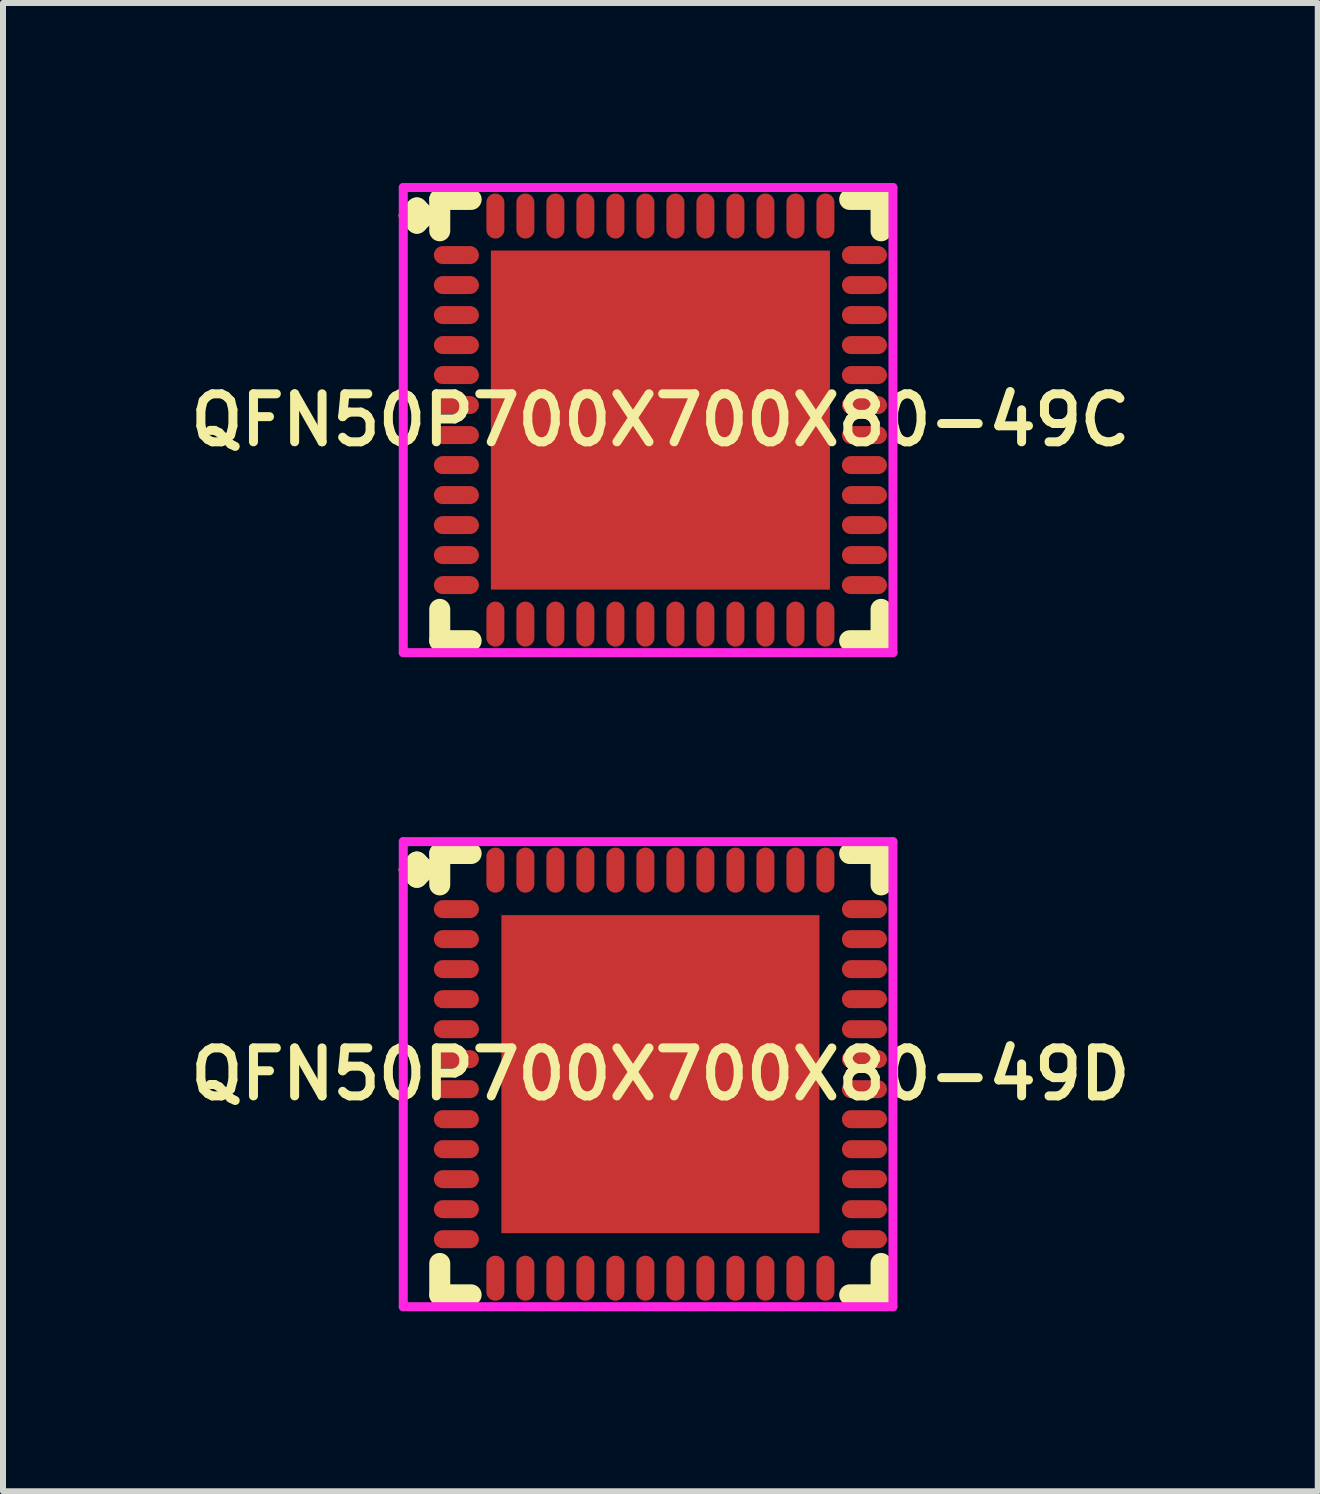
<source format=kicad_pcb>
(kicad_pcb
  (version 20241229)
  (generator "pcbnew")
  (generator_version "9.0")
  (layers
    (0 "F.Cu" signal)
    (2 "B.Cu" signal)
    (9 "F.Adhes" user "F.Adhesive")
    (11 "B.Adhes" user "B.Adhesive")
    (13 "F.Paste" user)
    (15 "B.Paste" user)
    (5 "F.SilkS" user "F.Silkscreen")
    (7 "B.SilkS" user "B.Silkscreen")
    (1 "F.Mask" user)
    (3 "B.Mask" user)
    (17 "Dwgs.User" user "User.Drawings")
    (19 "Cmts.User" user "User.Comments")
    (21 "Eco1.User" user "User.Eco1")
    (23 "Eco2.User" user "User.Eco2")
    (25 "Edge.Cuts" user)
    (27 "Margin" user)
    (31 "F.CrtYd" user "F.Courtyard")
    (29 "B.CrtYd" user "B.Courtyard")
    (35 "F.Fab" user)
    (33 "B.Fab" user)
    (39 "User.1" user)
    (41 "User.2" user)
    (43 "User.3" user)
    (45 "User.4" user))
  (footprint "QFN50P700X700X80-49D"
    (layer "F.Cu")
    (at 7.955 14.85)
    (property "Reference" "QFN50P700X700X80-49D" (at 0 0 0) (layer "F.SilkS") (effects (font (size 0.8 0.8) (thickness 0.15))))
    (attr smd)
    (fp_line (start -4.185 -3.408) (end -4.058 -3.535) (stroke (width 0.35) (type solid)) (layer "F.SilkS"))
    (fp_line (start -4.058 -3.535) (end -3.931 -3.408) (stroke (width 0.35) (type solid)) (layer "F.SilkS"))
    (fp_line (start -4.058 -3.281) (end -4.185 -3.408) (stroke (width 0.35) (type solid)) (layer "F.SilkS"))
    (fp_line (start -3.931 -3.408) (end -4.058 -3.281) (stroke (width 0.35) (type solid)) (layer "F.SilkS"))
    (fp_line (start -3.677 -3.677) (end -3.154 -3.677) (stroke (width 0.35) (type solid)) (layer "F.SilkS"))
    (fp_line (start -3.677 -3.154) (end -3.677 -3.677) (stroke (width 0.35) (type solid)) (layer "F.SilkS"))
    (fp_line (start -3.677 3.154) (end -3.677 3.677) (stroke (width 0.35) (type solid)) (layer "F.SilkS"))
    (fp_line (start -3.677 3.677) (end -3.154 3.677) (stroke (width 0.35) (type solid)) (layer "F.SilkS"))
    (fp_line (start 3.154 -3.677) (end 3.677 -3.677) (stroke (width 0.35) (type solid)) (layer "F.SilkS"))
    (fp_line (start 3.154 3.677) (end 3.677 3.677) (stroke (width 0.35) (type solid)) (layer "F.SilkS"))
    (fp_line (start 3.677 -3.677) (end 3.677 -3.154) (stroke (width 0.35) (type solid)) (layer "F.SilkS"))
    (fp_line (start 3.677 3.677) (end 3.677 3.154) (stroke (width 0.35) (type solid)) (layer "F.SilkS"))
    (fp_line (start -4.285 -3.875) (end 3.875 -3.875) (stroke (width 0.15) (type solid)) (layer "F.CrtYd"))
    (fp_line (start -4.285 3.875) (end -4.285 -3.875) (stroke (width 0.15) (type solid)) (layer "F.CrtYd"))
    (fp_line (start 3.875 -3.875) (end 3.875 3.875) (stroke (width 0.15) (type solid)) (layer "F.CrtYd"))
    (fp_line (start 3.875 3.875) (end -4.285 3.875) (stroke (width 0.15) (type solid)) (layer "F.CrtYd"))
    (pad "1" smd oval (at -3.4 -2.75) (size 0.75 0.3) (layers "F.Cu" "F.Mask" "F.Paste"))
    (pad "2" smd oval (at -3.4 -2.25) (size 0.75 0.3) (layers "F.Cu" "F.Mask" "F.Paste"))
    (pad "3" smd oval (at -3.4 -1.75) (size 0.75 0.3) (layers "F.Cu" "F.Mask" "F.Paste"))
    (pad "4" smd oval (at -3.4 -1.25) (size 0.75 0.3) (layers "F.Cu" "F.Mask" "F.Paste"))
    (pad "5" smd oval (at -3.4 -0.75) (size 0.75 0.3) (layers "F.Cu" "F.Mask" "F.Paste"))
    (pad "6" smd oval (at -3.4 -0.25) (size 0.75 0.3) (layers "F.Cu" "F.Mask" "F.Paste"))
    (pad "7" smd oval (at -3.4 0.25) (size 0.75 0.3) (layers "F.Cu" "F.Mask" "F.Paste"))
    (pad "8" smd oval (at -3.4 0.75) (size 0.75 0.3) (layers "F.Cu" "F.Mask" "F.Paste"))
    (pad "9" smd oval (at -3.4 1.25) (size 0.75 0.3) (layers "F.Cu" "F.Mask" "F.Paste"))
    (pad "10" smd oval (at -3.4 1.75) (size 0.75 0.3) (layers "F.Cu" "F.Mask" "F.Paste"))
    (pad "11" smd oval (at -3.4 2.25) (size 0.75 0.3) (layers "F.Cu" "F.Mask" "F.Paste"))
    (pad "12" smd oval (at -3.4 2.75) (size 0.75 0.3) (layers "F.Cu" "F.Mask" "F.Paste"))
    (pad "13" smd oval (at -2.75 3.4) (size 0.3 0.75) (layers "F.Cu" "F.Mask" "F.Paste"))
    (pad "14" smd oval (at -2.25 3.4) (size 0.3 0.75) (layers "F.Cu" "F.Mask" "F.Paste"))
    (pad "15" smd oval (at -1.75 3.4) (size 0.3 0.75) (layers "F.Cu" "F.Mask" "F.Paste"))
    (pad "16" smd oval (at -1.25 3.4) (size 0.3 0.75) (layers "F.Cu" "F.Mask" "F.Paste"))
    (pad "17" smd oval (at -0.75 3.4) (size 0.3 0.75) (layers "F.Cu" "F.Mask" "F.Paste"))
    (pad "18" smd oval (at -0.25 3.4) (size 0.3 0.75) (layers "F.Cu" "F.Mask" "F.Paste"))
    (pad "19" smd oval (at 0.25 3.4) (size 0.3 0.75) (layers "F.Cu" "F.Mask" "F.Paste"))
    (pad "20" smd oval (at 0.75 3.4) (size 0.3 0.75) (layers "F.Cu" "F.Mask" "F.Paste"))
    (pad "21" smd oval (at 1.25 3.4) (size 0.3 0.75) (layers "F.Cu" "F.Mask" "F.Paste"))
    (pad "22" smd oval (at 1.75 3.4) (size 0.3 0.75) (layers "F.Cu" "F.Mask" "F.Paste"))
    (pad "23" smd oval (at 2.25 3.4) (size 0.3 0.75) (layers "F.Cu" "F.Mask" "F.Paste"))
    (pad "24" smd oval (at 2.75 3.4) (size 0.3 0.75) (layers "F.Cu" "F.Mask" "F.Paste"))
    (pad "25" smd oval (at 3.4 2.75) (size 0.75 0.3) (layers "F.Cu" "F.Mask" "F.Paste"))
    (pad "26" smd oval (at 3.4 2.25) (size 0.75 0.3) (layers "F.Cu" "F.Mask" "F.Paste"))
    (pad "27" smd oval (at 3.4 1.75) (size 0.75 0.3) (layers "F.Cu" "F.Mask" "F.Paste"))
    (pad "28" smd oval (at 3.4 1.25) (size 0.75 0.3) (layers "F.Cu" "F.Mask" "F.Paste"))
    (pad "29" smd oval (at 3.4 0.75) (size 0.75 0.3) (layers "F.Cu" "F.Mask" "F.Paste"))
    (pad "30" smd oval (at 3.4 0.25) (size 0.75 0.3) (layers "F.Cu" "F.Mask" "F.Paste"))
    (pad "31" smd oval (at 3.4 -0.25) (size 0.75 0.3) (layers "F.Cu" "F.Mask" "F.Paste"))
    (pad "32" smd oval (at 3.4 -0.75) (size 0.75 0.3) (layers "F.Cu" "F.Mask" "F.Paste"))
    (pad "33" smd oval (at 3.4 -1.25) (size 0.75 0.3) (layers "F.Cu" "F.Mask" "F.Paste"))
    (pad "34" smd oval (at 3.4 -1.75) (size 0.75 0.3) (layers "F.Cu" "F.Mask" "F.Paste"))
    (pad "35" smd oval (at 3.4 -2.25) (size 0.75 0.3) (layers "F.Cu" "F.Mask" "F.Paste"))
    (pad "36" smd oval (at 3.4 -2.75) (size 0.75 0.3) (layers "F.Cu" "F.Mask" "F.Paste"))
    (pad "37" smd oval (at 2.75 -3.4) (size 0.3 0.75) (layers "F.Cu" "F.Mask" "F.Paste"))
    (pad "38" smd oval (at 2.25 -3.4) (size 0.3 0.75) (layers "F.Cu" "F.Mask" "F.Paste"))
    (pad "39" smd oval (at 1.75 -3.4) (size 0.3 0.75) (layers "F.Cu" "F.Mask" "F.Paste"))
    (pad "40" smd oval (at 1.25 -3.4) (size 0.3 0.75) (layers "F.Cu" "F.Mask" "F.Paste"))
    (pad "41" smd oval (at 0.75 -3.4) (size 0.3 0.75) (layers "F.Cu" "F.Mask" "F.Paste"))
    (pad "42" smd oval (at 0.25 -3.4) (size 0.3 0.75) (layers "F.Cu" "F.Mask" "F.Paste"))
    (pad "43" smd oval (at -0.25 -3.4) (size 0.3 0.75) (layers "F.Cu" "F.Mask" "F.Paste"))
    (pad "44" smd oval (at -0.75 -3.4) (size 0.3 0.75) (layers "F.Cu" "F.Mask" "F.Paste"))
    (pad "45" smd oval (at -1.25 -3.4) (size 0.3 0.75) (layers "F.Cu" "F.Mask" "F.Paste"))
    (pad "46" smd oval (at -1.75 -3.4) (size 0.3 0.75) (layers "F.Cu" "F.Mask" "F.Paste"))
    (pad "47" smd oval (at -2.25 -3.4) (size 0.3 0.75) (layers "F.Cu" "F.Mask" "F.Paste"))
    (pad "48" smd oval (at -2.75 -3.4) (size 0.3 0.75) (layers "F.Cu" "F.Mask" "F.Paste"))
    (pad "49" smd rect (at 0 0) (size 5.3 5.3) (layers "F.Cu" "F.Mask" "F.Paste")))
  (footprint "QFN50P700X700X80-49C"
    (layer "F.Cu")
    (at 7.955 3.95)
    (property "Reference" "QFN50P700X700X80-49C" (at 0 0 0) (layer "F.SilkS") (effects (font (size 0.8 0.8) (thickness 0.15))))
    (attr smd)
    (fp_line (start -4.185 -3.408) (end -4.058 -3.535) (stroke (width 0.35) (type solid)) (layer "F.SilkS"))
    (fp_line (start -4.058 -3.535) (end -3.931 -3.408) (stroke (width 0.35) (type solid)) (layer "F.SilkS"))
    (fp_line (start -4.058 -3.281) (end -4.185 -3.408) (stroke (width 0.35) (type solid)) (layer "F.SilkS"))
    (fp_line (start -3.931 -3.408) (end -4.058 -3.281) (stroke (width 0.35) (type solid)) (layer "F.SilkS"))
    (fp_line (start -3.677 -3.677) (end -3.154 -3.677) (stroke (width 0.35) (type solid)) (layer "F.SilkS"))
    (fp_line (start -3.677 -3.154) (end -3.677 -3.677) (stroke (width 0.35) (type solid)) (layer "F.SilkS"))
    (fp_line (start -3.677 3.154) (end -3.677 3.677) (stroke (width 0.35) (type solid)) (layer "F.SilkS"))
    (fp_line (start -3.677 3.677) (end -3.154 3.677) (stroke (width 0.35) (type solid)) (layer "F.SilkS"))
    (fp_line (start 3.154 -3.677) (end 3.677 -3.677) (stroke (width 0.35) (type solid)) (layer "F.SilkS"))
    (fp_line (start 3.154 3.677) (end 3.677 3.677) (stroke (width 0.35) (type solid)) (layer "F.SilkS"))
    (fp_line (start 3.677 -3.677) (end 3.677 -3.154) (stroke (width 0.35) (type solid)) (layer "F.SilkS"))
    (fp_line (start 3.677 3.677) (end 3.677 3.154) (stroke (width 0.35) (type solid)) (layer "F.SilkS"))
    (fp_line (start -4.285 -3.875) (end 3.875 -3.875) (stroke (width 0.15) (type solid)) (layer "F.CrtYd"))
    (fp_line (start -4.285 3.875) (end -4.285 -3.875) (stroke (width 0.15) (type solid)) (layer "F.CrtYd"))
    (fp_line (start 3.875 -3.875) (end 3.875 3.875) (stroke (width 0.15) (type solid)) (layer "F.CrtYd"))
    (fp_line (start 3.875 3.875) (end -4.285 3.875) (stroke (width 0.15) (type solid)) (layer "F.CrtYd"))
    (pad "1" smd oval (at -3.4 -2.75) (size 0.75 0.3) (layers "F.Cu" "F.Mask" "F.Paste"))
    (pad "2" smd oval (at -3.4 -2.25) (size 0.75 0.3) (layers "F.Cu" "F.Mask" "F.Paste"))
    (pad "3" smd oval (at -3.4 -1.75) (size 0.75 0.3) (layers "F.Cu" "F.Mask" "F.Paste"))
    (pad "4" smd oval (at -3.4 -1.25) (size 0.75 0.3) (layers "F.Cu" "F.Mask" "F.Paste"))
    (pad "5" smd oval (at -3.4 -0.75) (size 0.75 0.3) (layers "F.Cu" "F.Mask" "F.Paste"))
    (pad "6" smd oval (at -3.4 -0.25) (size 0.75 0.3) (layers "F.Cu" "F.Mask" "F.Paste"))
    (pad "7" smd oval (at -3.4 0.25) (size 0.75 0.3) (layers "F.Cu" "F.Mask" "F.Paste"))
    (pad "8" smd oval (at -3.4 0.75) (size 0.75 0.3) (layers "F.Cu" "F.Mask" "F.Paste"))
    (pad "9" smd oval (at -3.4 1.25) (size 0.75 0.3) (layers "F.Cu" "F.Mask" "F.Paste"))
    (pad "10" smd oval (at -3.4 1.75) (size 0.75 0.3) (layers "F.Cu" "F.Mask" "F.Paste"))
    (pad "11" smd oval (at -3.4 2.25) (size 0.75 0.3) (layers "F.Cu" "F.Mask" "F.Paste"))
    (pad "12" smd oval (at -3.4 2.75) (size 0.75 0.3) (layers "F.Cu" "F.Mask" "F.Paste"))
    (pad "13" smd oval (at -2.75 3.4) (size 0.3 0.75) (layers "F.Cu" "F.Mask" "F.Paste"))
    (pad "14" smd oval (at -2.25 3.4) (size 0.3 0.75) (layers "F.Cu" "F.Mask" "F.Paste"))
    (pad "15" smd oval (at -1.75 3.4) (size 0.3 0.75) (layers "F.Cu" "F.Mask" "F.Paste"))
    (pad "16" smd oval (at -1.25 3.4) (size 0.3 0.75) (layers "F.Cu" "F.Mask" "F.Paste"))
    (pad "17" smd oval (at -0.75 3.4) (size 0.3 0.75) (layers "F.Cu" "F.Mask" "F.Paste"))
    (pad "18" smd oval (at -0.25 3.4) (size 0.3 0.75) (layers "F.Cu" "F.Mask" "F.Paste"))
    (pad "19" smd oval (at 0.25 3.4) (size 0.3 0.75) (layers "F.Cu" "F.Mask" "F.Paste"))
    (pad "20" smd oval (at 0.75 3.4) (size 0.3 0.75) (layers "F.Cu" "F.Mask" "F.Paste"))
    (pad "21" smd oval (at 1.25 3.4) (size 0.3 0.75) (layers "F.Cu" "F.Mask" "F.Paste"))
    (pad "22" smd oval (at 1.75 3.4) (size 0.3 0.75) (layers "F.Cu" "F.Mask" "F.Paste"))
    (pad "23" smd oval (at 2.25 3.4) (size 0.3 0.75) (layers "F.Cu" "F.Mask" "F.Paste"))
    (pad "24" smd oval (at 2.75 3.4) (size 0.3 0.75) (layers "F.Cu" "F.Mask" "F.Paste"))
    (pad "25" smd oval (at 3.4 2.75) (size 0.75 0.3) (layers "F.Cu" "F.Mask" "F.Paste"))
    (pad "26" smd oval (at 3.4 2.25) (size 0.75 0.3) (layers "F.Cu" "F.Mask" "F.Paste"))
    (pad "27" smd oval (at 3.4 1.75) (size 0.75 0.3) (layers "F.Cu" "F.Mask" "F.Paste"))
    (pad "28" smd oval (at 3.4 1.25) (size 0.75 0.3) (layers "F.Cu" "F.Mask" "F.Paste"))
    (pad "29" smd oval (at 3.4 0.75) (size 0.75 0.3) (layers "F.Cu" "F.Mask" "F.Paste"))
    (pad "30" smd oval (at 3.4 0.25) (size 0.75 0.3) (layers "F.Cu" "F.Mask" "F.Paste"))
    (pad "31" smd oval (at 3.4 -0.25) (size 0.75 0.3) (layers "F.Cu" "F.Mask" "F.Paste"))
    (pad "32" smd oval (at 3.4 -0.75) (size 0.75 0.3) (layers "F.Cu" "F.Mask" "F.Paste"))
    (pad "33" smd oval (at 3.4 -1.25) (size 0.75 0.3) (layers "F.Cu" "F.Mask" "F.Paste"))
    (pad "34" smd oval (at 3.4 -1.75) (size 0.75 0.3) (layers "F.Cu" "F.Mask" "F.Paste"))
    (pad "35" smd oval (at 3.4 -2.25) (size 0.75 0.3) (layers "F.Cu" "F.Mask" "F.Paste"))
    (pad "36" smd oval (at 3.4 -2.75) (size 0.75 0.3) (layers "F.Cu" "F.Mask" "F.Paste"))
    (pad "37" smd oval (at 2.75 -3.4) (size 0.3 0.75) (layers "F.Cu" "F.Mask" "F.Paste"))
    (pad "38" smd oval (at 2.25 -3.4) (size 0.3 0.75) (layers "F.Cu" "F.Mask" "F.Paste"))
    (pad "39" smd oval (at 1.75 -3.4) (size 0.3 0.75) (layers "F.Cu" "F.Mask" "F.Paste"))
    (pad "40" smd oval (at 1.25 -3.4) (size 0.3 0.75) (layers "F.Cu" "F.Mask" "F.Paste"))
    (pad "41" smd oval (at 0.75 -3.4) (size 0.3 0.75) (layers "F.Cu" "F.Mask" "F.Paste"))
    (pad "42" smd oval (at 0.25 -3.4) (size 0.3 0.75) (layers "F.Cu" "F.Mask" "F.Paste"))
    (pad "43" smd oval (at -0.25 -3.4) (size 0.3 0.75) (layers "F.Cu" "F.Mask" "F.Paste"))
    (pad "44" smd oval (at -0.75 -3.4) (size 0.3 0.75) (layers "F.Cu" "F.Mask" "F.Paste"))
    (pad "45" smd oval (at -1.25 -3.4) (size 0.3 0.75) (layers "F.Cu" "F.Mask" "F.Paste"))
    (pad "46" smd oval (at -1.75 -3.4) (size 0.3 0.75) (layers "F.Cu" "F.Mask" "F.Paste"))
    (pad "47" smd oval (at -2.25 -3.4) (size 0.3 0.75) (layers "F.Cu" "F.Mask" "F.Paste"))
    (pad "48" smd oval (at -2.75 -3.4) (size 0.3 0.75) (layers "F.Cu" "F.Mask" "F.Paste"))
    (pad "49" smd rect (at 0 0) (size 5.65 5.65) (layers "F.Cu" "F.Mask" "F.Paste")))
  (gr_rect
    (start -3 -3)
    (end 18.909 21.8)
    (stroke (width 0.1) (type default))
    (fill no)
    (layer "Edge.Cuts")))
</source>
